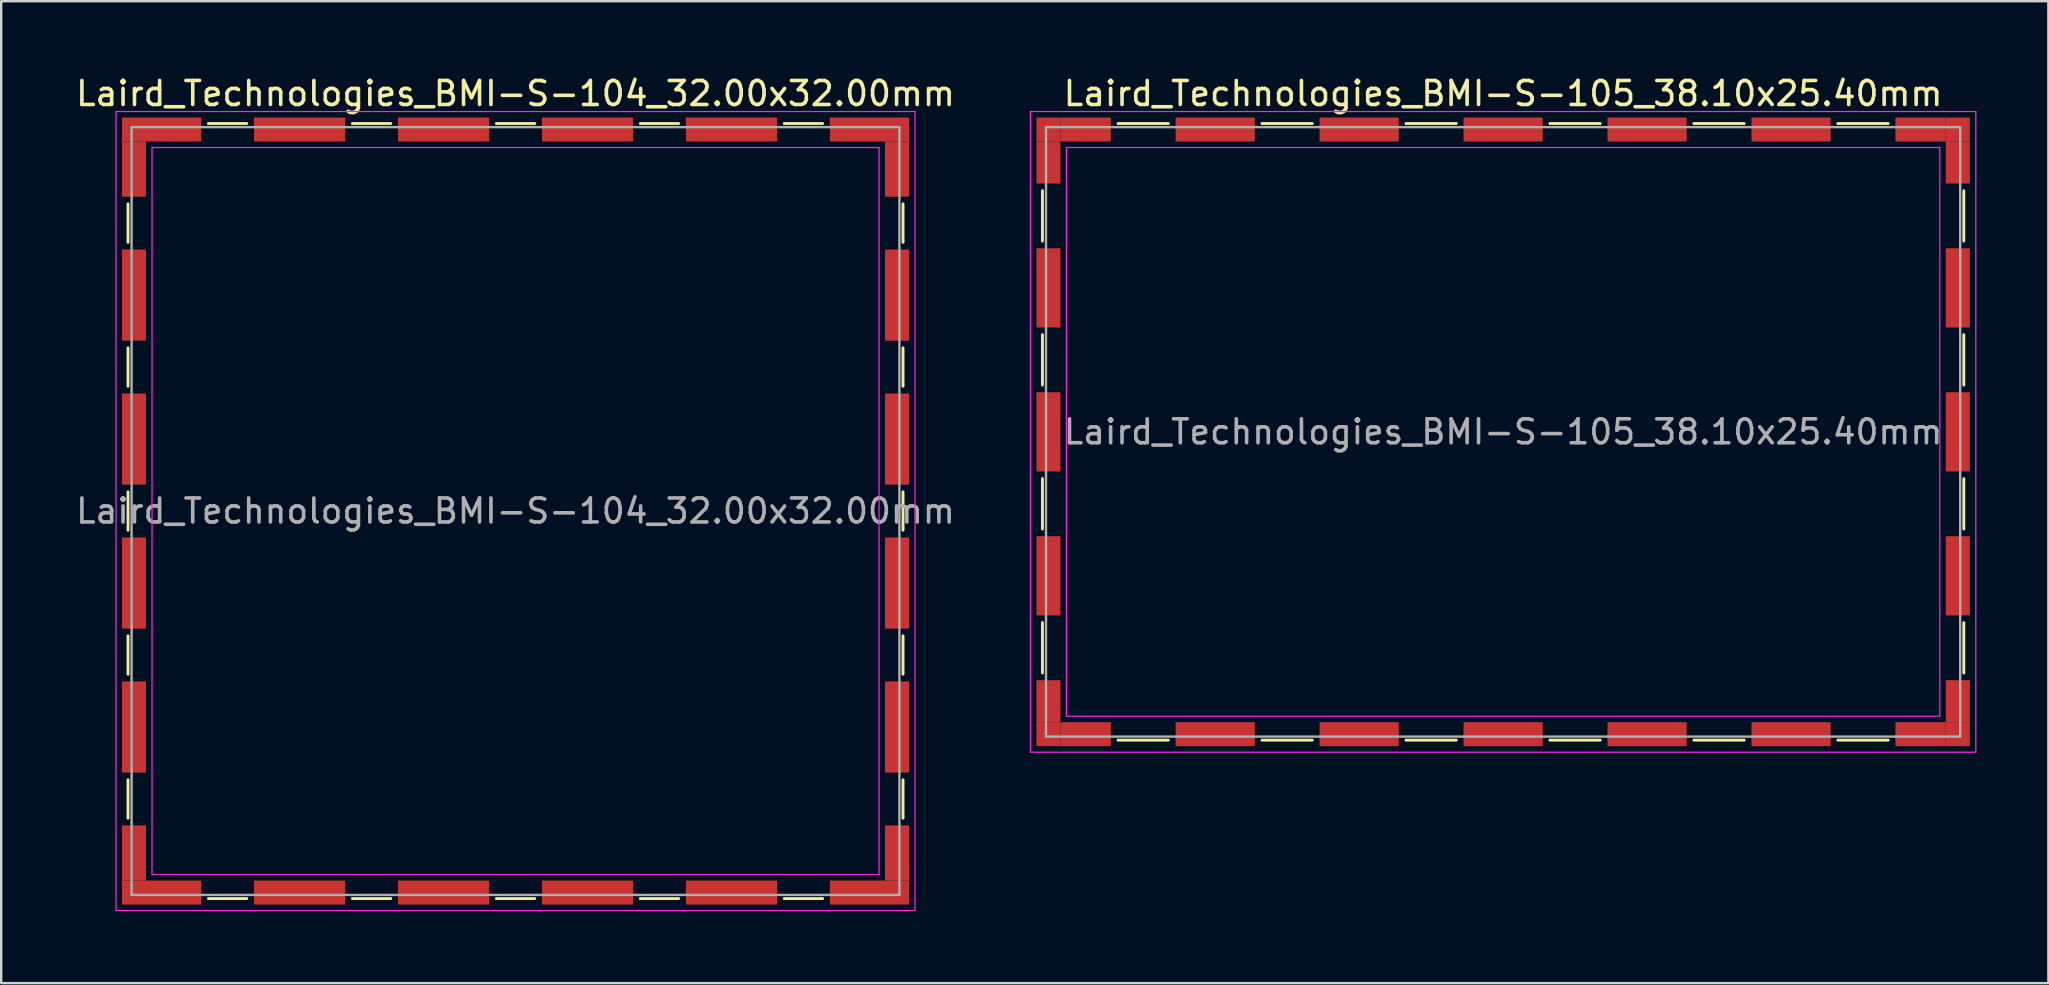
<source format=kicad_pcb>
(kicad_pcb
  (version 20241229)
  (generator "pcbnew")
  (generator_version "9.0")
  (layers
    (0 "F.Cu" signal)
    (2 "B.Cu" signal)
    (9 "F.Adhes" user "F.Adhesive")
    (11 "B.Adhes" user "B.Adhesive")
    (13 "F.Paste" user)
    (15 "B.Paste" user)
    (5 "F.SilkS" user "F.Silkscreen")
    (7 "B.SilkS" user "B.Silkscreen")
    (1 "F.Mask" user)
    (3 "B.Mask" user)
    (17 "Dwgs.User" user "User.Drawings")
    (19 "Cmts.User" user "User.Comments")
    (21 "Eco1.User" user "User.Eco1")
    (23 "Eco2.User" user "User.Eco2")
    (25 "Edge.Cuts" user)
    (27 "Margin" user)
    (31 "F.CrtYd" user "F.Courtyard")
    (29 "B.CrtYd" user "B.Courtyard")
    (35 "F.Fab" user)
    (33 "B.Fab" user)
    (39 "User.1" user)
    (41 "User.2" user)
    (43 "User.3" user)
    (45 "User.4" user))
  (footprint "Laird_Technologies_BMI-S-104_32.00x32.00mm"
    (layer "F.Cu")
    (at 18.435 18.248)
    (property "Reference" "Laird_Technologies_BMI-S-104_32.00x32.00mm" (at 0 -17.4 0) (layer "F.SilkS") (effects (font (size 1 1) (thickness 0.15))))
    (attr smd)
    (fp_line (start -16.15 -12.8) (end -16.15 -11.2) (stroke (width 0.12) (type solid)) (layer "F.SilkS"))
    (fp_line (start -16.15 -6.8) (end -16.15 -5.2) (stroke (width 0.12) (type solid)) (layer "F.SilkS"))
    (fp_line (start -16.15 -0.8) (end -16.15 0.8) (stroke (width 0.12) (type solid)) (layer "F.SilkS"))
    (fp_line (start -16.15 5.2) (end -16.15 6.8) (stroke (width 0.12) (type solid)) (layer "F.SilkS"))
    (fp_line (start -16.15 11.2) (end -16.15 12.8) (stroke (width 0.12) (type solid)) (layer "F.SilkS"))
    (fp_line (start -12.8 -16.15) (end -11.2 -16.15) (stroke (width 0.12) (type solid)) (layer "F.SilkS"))
    (fp_line (start -12.8 16.15) (end -11.2 16.15) (stroke (width 0.12) (type solid)) (layer "F.SilkS"))
    (fp_line (start -6.8 -16.15) (end -5.2 -16.15) (stroke (width 0.12) (type solid)) (layer "F.SilkS"))
    (fp_line (start -6.8 16.15) (end -5.2 16.15) (stroke (width 0.12) (type solid)) (layer "F.SilkS"))
    (fp_line (start -0.8 -16.15) (end 0.8 -16.15) (stroke (width 0.12) (type solid)) (layer "F.SilkS"))
    (fp_line (start -0.8 16.15) (end 0.8 16.15) (stroke (width 0.12) (type solid)) (layer "F.SilkS"))
    (fp_line (start 5.2 -16.15) (end 6.8 -16.15) (stroke (width 0.12) (type solid)) (layer "F.SilkS"))
    (fp_line (start 5.2 16.15) (end 6.8 16.15) (stroke (width 0.12) (type solid)) (layer "F.SilkS"))
    (fp_line (start 11.2 -16.15) (end 12.8 -16.15) (stroke (width 0.12) (type solid)) (layer "F.SilkS"))
    (fp_line (start 11.2 16.15) (end 12.8 16.15) (stroke (width 0.12) (type solid)) (layer "F.SilkS"))
    (fp_line (start 16.15 -12.8) (end 16.15 -11.2) (stroke (width 0.12) (type solid)) (layer "F.SilkS"))
    (fp_line (start 16.15 -6.8) (end 16.15 -5.2) (stroke (width 0.12) (type solid)) (layer "F.SilkS"))
    (fp_line (start 16.15 -0.8) (end 16.15 0.8) (stroke (width 0.12) (type solid)) (layer "F.SilkS"))
    (fp_line (start 16.15 5.2) (end 16.15 6.8) (stroke (width 0.12) (type solid)) (layer "F.SilkS"))
    (fp_line (start 16.15 11.2) (end 16.15 12.8) (stroke (width 0.12) (type solid)) (layer "F.SilkS"))
    (fp_line (start -16.65 -16.65) (end -16.65 16.65) (stroke (width 0.05) (type solid)) (layer "F.CrtYd"))
    (fp_line (start -16.65 16.65) (end 16.65 16.65) (stroke (width 0.05) (type solid)) (layer "F.CrtYd"))
    (fp_line (start -15.15 -15.15) (end -15.15 15.15) (stroke (width 0.05) (type solid)) (layer "F.CrtYd"))
    (fp_line (start 15.15 -15.15) (end -15.15 -15.15) (stroke (width 0.05) (type solid)) (layer "F.CrtYd"))
    (fp_line (start 15.15 -15.15) (end 15.15 15.15) (stroke (width 0.05) (type solid)) (layer "F.CrtYd"))
    (fp_line (start 15.15 15.15) (end -15.15 15.15) (stroke (width 0.05) (type solid)) (layer "F.CrtYd"))
    (fp_line (start 16.65 -16.65) (end -16.65 -16.65) (stroke (width 0.05) (type solid)) (layer "F.CrtYd"))
    (fp_line (start 16.65 16.65) (end 16.65 -16.65) (stroke (width 0.05) (type solid)) (layer "F.CrtYd"))
    (fp_line (start -16 -16) (end -16 16) (stroke (width 0.1) (type solid)) (layer "F.Fab"))
    (fp_line (start -16 16) (end 16 16) (stroke (width 0.1) (type solid)) (layer "F.Fab"))
    (fp_line (start 16 -16) (end -16 -16) (stroke (width 0.1) (type solid)) (layer "F.Fab"))
    (fp_line (start 16 16) (end 16 -16) (stroke (width 0.1) (type solid)) (layer "F.Fab"))
    (fp_text user "${REFERENCE}" (at 0 0 0) (layer "F.Fab") (effects (font (size 1 1) (thickness 0.15))))
    (pad "1" smd rect (at -15.9 -15.9) (size 1 1) (layers "F.Cu" "F.Mask" "F.Paste"))
    (pad "1" smd rect (at -15.9 -14.25) (size 1 2.3) (layers "F.Cu" "F.Mask" "F.Paste"))
    (pad "1" smd rect (at -15.9 -9) (size 1 3.8) (layers "F.Cu" "F.Mask" "F.Paste"))
    (pad "1" smd rect (at -15.9 -3) (size 1 3.8) (layers "F.Cu" "F.Mask" "F.Paste"))
    (pad "1" smd rect (at -15.9 3) (size 1 3.8) (layers "F.Cu" "F.Mask" "F.Paste"))
    (pad "1" smd rect (at -15.9 9) (size 1 3.8) (layers "F.Cu" "F.Mask" "F.Paste"))
    (pad "1" smd rect (at -15.9 14.25) (size 1 2.3) (layers "F.Cu" "F.Mask" "F.Paste"))
    (pad "1" smd rect (at -15.9 15.9) (size 1 1) (layers "F.Cu" "F.Mask" "F.Paste"))
    (pad "1" smd rect (at -14.25 -15.9) (size 2.3 1) (layers "F.Cu" "F.Mask" "F.Paste"))
    (pad "1" smd rect (at -14.25 15.9) (size 2.3 1) (layers "F.Cu" "F.Mask" "F.Paste"))
    (pad "1" smd rect (at -9 -15.9) (size 3.8 1) (layers "F.Cu" "F.Mask" "F.Paste"))
    (pad "1" smd rect (at -9 15.9) (size 3.8 1) (layers "F.Cu" "F.Mask" "F.Paste"))
    (pad "1" smd rect (at -3 -15.9) (size 3.8 1) (layers "F.Cu" "F.Mask" "F.Paste"))
    (pad "1" smd rect (at -3 15.9) (size 3.8 1) (layers "F.Cu" "F.Mask" "F.Paste"))
    (pad "1" smd rect (at 3 -15.9) (size 3.8 1) (layers "F.Cu" "F.Mask" "F.Paste"))
    (pad "1" smd rect (at 3 15.9) (size 3.8 1) (layers "F.Cu" "F.Mask" "F.Paste"))
    (pad "1" smd rect (at 9 -15.9) (size 3.8 1) (layers "F.Cu" "F.Mask" "F.Paste"))
    (pad "1" smd rect (at 9 15.9) (size 3.8 1) (layers "F.Cu" "F.Mask" "F.Paste"))
    (pad "1" smd rect (at 14.25 -15.9) (size 2.3 1) (layers "F.Cu" "F.Mask" "F.Paste"))
    (pad "1" smd rect (at 14.25 15.9) (size 2.3 1) (layers "F.Cu" "F.Mask" "F.Paste"))
    (pad "1" smd rect (at 15.9 -15.9) (size 1 1) (layers "F.Cu" "F.Mask" "F.Paste"))
    (pad "1" smd rect (at 15.9 -14.25) (size 1 2.3) (layers "F.Cu" "F.Mask" "F.Paste"))
    (pad "1" smd rect (at 15.9 -9) (size 1 3.8) (layers "F.Cu" "F.Mask" "F.Paste"))
    (pad "1" smd rect (at 15.9 -3) (size 1 3.8) (layers "F.Cu" "F.Mask" "F.Paste"))
    (pad "1" smd rect (at 15.9 3) (size 1 3.8) (layers "F.Cu" "F.Mask" "F.Paste"))
    (pad "1" smd rect (at 15.9 9) (size 1 3.8) (layers "F.Cu" "F.Mask" "F.Paste"))
    (pad "1" smd rect (at 15.9 14.25) (size 1 2.3) (layers "F.Cu" "F.Mask" "F.Paste"))
    (pad "1" smd rect (at 15.9 15.9) (size 1 1) (layers "F.Cu" "F.Mask" "F.Paste")))
  (footprint "Laird_Technologies_BMI-S-105_38.10x25.40mm"
    (layer "F.Cu")
    (at 59.594 14.948)
    (property "Reference" "Laird_Technologies_BMI-S-105_38.10x25.40mm" (at 0 -14.1 0) (layer "F.SilkS") (effects (font (size 1 1) (thickness 0.15))))
    (attr smd)
    (fp_line (start -19.2 -10.05) (end -19.2 -7.95) (stroke (width 0.12) (type solid)) (layer "F.SilkS"))
    (fp_line (start -19.2 -4.05) (end -19.2 -1.95) (stroke (width 0.12) (type solid)) (layer "F.SilkS"))
    (fp_line (start -19.2 1.95) (end -19.2 4.05) (stroke (width 0.12) (type solid)) (layer "F.SilkS"))
    (fp_line (start -19.2 7.95) (end -19.2 10.05) (stroke (width 0.12) (type solid)) (layer "F.SilkS"))
    (fp_line (start -16.05 -12.85) (end -13.95 -12.85) (stroke (width 0.12) (type solid)) (layer "F.SilkS"))
    (fp_line (start -16.05 12.85) (end -13.95 12.85) (stroke (width 0.12) (type solid)) (layer "F.SilkS"))
    (fp_line (start -10.05 -12.85) (end -7.95 -12.85) (stroke (width 0.12) (type solid)) (layer "F.SilkS"))
    (fp_line (start -10.05 12.85) (end -7.95 12.85) (stroke (width 0.12) (type solid)) (layer "F.SilkS"))
    (fp_line (start -4.05 -12.85) (end -1.95 -12.85) (stroke (width 0.12) (type solid)) (layer "F.SilkS"))
    (fp_line (start -4.05 12.85) (end -1.95 12.85) (stroke (width 0.12) (type solid)) (layer "F.SilkS"))
    (fp_line (start 1.95 -12.85) (end 4.05 -12.85) (stroke (width 0.12) (type solid)) (layer "F.SilkS"))
    (fp_line (start 1.95 12.85) (end 4.05 12.85) (stroke (width 0.12) (type solid)) (layer "F.SilkS"))
    (fp_line (start 7.95 -12.85) (end 10.05 -12.85) (stroke (width 0.12) (type solid)) (layer "F.SilkS"))
    (fp_line (start 7.95 12.85) (end 10.05 12.85) (stroke (width 0.12) (type solid)) (layer "F.SilkS"))
    (fp_line (start 13.95 -12.85) (end 16.05 -12.85) (stroke (width 0.12) (type solid)) (layer "F.SilkS"))
    (fp_line (start 13.95 12.85) (end 16.05 12.85) (stroke (width 0.12) (type solid)) (layer "F.SilkS"))
    (fp_line (start 19.2 -10.05) (end 19.2 -7.95) (stroke (width 0.12) (type solid)) (layer "F.SilkS"))
    (fp_line (start 19.2 -4.05) (end 19.2 -1.95) (stroke (width 0.12) (type solid)) (layer "F.SilkS"))
    (fp_line (start 19.2 1.95) (end 19.2 4.05) (stroke (width 0.12) (type solid)) (layer "F.SilkS"))
    (fp_line (start 19.2 7.95) (end 19.2 10.05) (stroke (width 0.12) (type solid)) (layer "F.SilkS"))
    (fp_line (start -19.7 -13.35) (end -19.7 13.35) (stroke (width 0.05) (type solid)) (layer "F.CrtYd"))
    (fp_line (start -19.7 13.35) (end 19.7 13.35) (stroke (width 0.05) (type solid)) (layer "F.CrtYd"))
    (fp_line (start -18.2 -11.85) (end -18.2 11.85) (stroke (width 0.05) (type solid)) (layer "F.CrtYd"))
    (fp_line (start 18.2 -11.85) (end -18.2 -11.85) (stroke (width 0.05) (type solid)) (layer "F.CrtYd"))
    (fp_line (start 18.2 -11.85) (end 18.2 11.85) (stroke (width 0.05) (type solid)) (layer "F.CrtYd"))
    (fp_line (start 18.2 11.85) (end -18.2 11.85) (stroke (width 0.05) (type solid)) (layer "F.CrtYd"))
    (fp_line (start 19.7 -13.35) (end -19.7 -13.35) (stroke (width 0.05) (type solid)) (layer "F.CrtYd"))
    (fp_line (start 19.7 13.35) (end 19.7 -13.35) (stroke (width 0.05) (type solid)) (layer "F.CrtYd"))
    (fp_line (start -19.05 -12.7) (end -19.05 12.7) (stroke (width 0.1) (type solid)) (layer "F.Fab"))
    (fp_line (start -19.05 12.7) (end 19.05 12.7) (stroke (width 0.1) (type solid)) (layer "F.Fab"))
    (fp_line (start 19.05 -12.7) (end -19.05 -12.7) (stroke (width 0.1) (type solid)) (layer "F.Fab"))
    (fp_line (start 19.05 12.7) (end 19.05 -12.7) (stroke (width 0.1) (type solid)) (layer "F.Fab"))
    (fp_text user "${REFERENCE}" (at 0 0 0) (layer "F.Fab") (effects (font (size 1 1) (thickness 0.15))))
    (pad "1" smd rect (at -18.95 -12.6) (size 1 1) (layers "F.Cu" "F.Mask" "F.Paste"))
    (pad "1" smd rect (at -18.95 -11.225) (size 1 1.75) (layers "F.Cu" "F.Mask" "F.Paste"))
    (pad "1" smd rect (at -18.95 -6) (size 1 3.3) (layers "F.Cu" "F.Mask" "F.Paste"))
    (pad "1" smd rect (at -18.95 0) (size 1 3.3) (layers "F.Cu" "F.Mask" "F.Paste"))
    (pad "1" smd rect (at -18.95 6) (size 1 3.3) (layers "F.Cu" "F.Mask" "F.Paste"))
    (pad "1" smd rect (at -18.95 11.225) (size 1 1.75) (layers "F.Cu" "F.Mask" "F.Paste"))
    (pad "1" smd rect (at -18.95 12.6) (size 1 1) (layers "F.Cu" "F.Mask" "F.Paste"))
    (pad "1" smd rect (at -17.4 -12.6) (size 2.1 1) (layers "F.Cu" "F.Mask" "F.Paste"))
    (pad "1" smd rect (at -17.4 12.6) (size 2.1 1) (layers "F.Cu" "F.Mask" "F.Paste"))
    (pad "1" smd rect (at -12 -12.6) (size 3.3 1) (layers "F.Cu" "F.Mask" "F.Paste"))
    (pad "1" smd rect (at -12 12.6) (size 3.3 1) (layers "F.Cu" "F.Mask" "F.Paste"))
    (pad "1" smd rect (at -6 -12.6) (size 3.3 1) (layers "F.Cu" "F.Mask" "F.Paste"))
    (pad "1" smd rect (at -6 12.6) (size 3.3 1) (layers "F.Cu" "F.Mask" "F.Paste"))
    (pad "1" smd rect (at 0 -12.6) (size 3.3 1) (layers "F.Cu" "F.Mask" "F.Paste"))
    (pad "1" smd rect (at 0 12.6) (size 3.3 1) (layers "F.Cu" "F.Mask" "F.Paste"))
    (pad "1" smd rect (at 6 -12.6) (size 3.3 1) (layers "F.Cu" "F.Mask" "F.Paste"))
    (pad "1" smd rect (at 6 12.6) (size 3.3 1) (layers "F.Cu" "F.Mask" "F.Paste"))
    (pad "1" smd rect (at 12 -12.6) (size 3.3 1) (layers "F.Cu" "F.Mask" "F.Paste"))
    (pad "1" smd rect (at 12 12.6) (size 3.3 1) (layers "F.Cu" "F.Mask" "F.Paste"))
    (pad "1" smd rect (at 17.4 -12.6) (size 2.1 1) (layers "F.Cu" "F.Mask" "F.Paste"))
    (pad "1" smd rect (at 17.4 12.6) (size 2.1 1) (layers "F.Cu" "F.Mask" "F.Paste"))
    (pad "1" smd rect (at 18.95 -12.6) (size 1 1) (layers "F.Cu" "F.Mask" "F.Paste"))
    (pad "1" smd rect (at 18.95 -11.225) (size 1 1.75) (layers "F.Cu" "F.Mask" "F.Paste"))
    (pad "1" smd rect (at 18.95 -6) (size 1 3.3) (layers "F.Cu" "F.Mask" "F.Paste"))
    (pad "1" smd rect (at 18.95 0) (size 1 3.3) (layers "F.Cu" "F.Mask" "F.Paste"))
    (pad "1" smd rect (at 18.95 6) (size 1 3.3) (layers "F.Cu" "F.Mask" "F.Paste"))
    (pad "1" smd rect (at 18.95 11.225) (size 1 1.75) (layers "F.Cu" "F.Mask" "F.Paste"))
    (pad "1" smd rect (at 18.95 12.6) (size 1 1) (layers "F.Cu" "F.Mask" "F.Paste")))
  (gr_rect
    (start -3 -3)
    (end 82.319 37.923)
    (stroke (width 0.1) (type default))
    (fill no)
    (layer "Edge.Cuts")))
</source>
